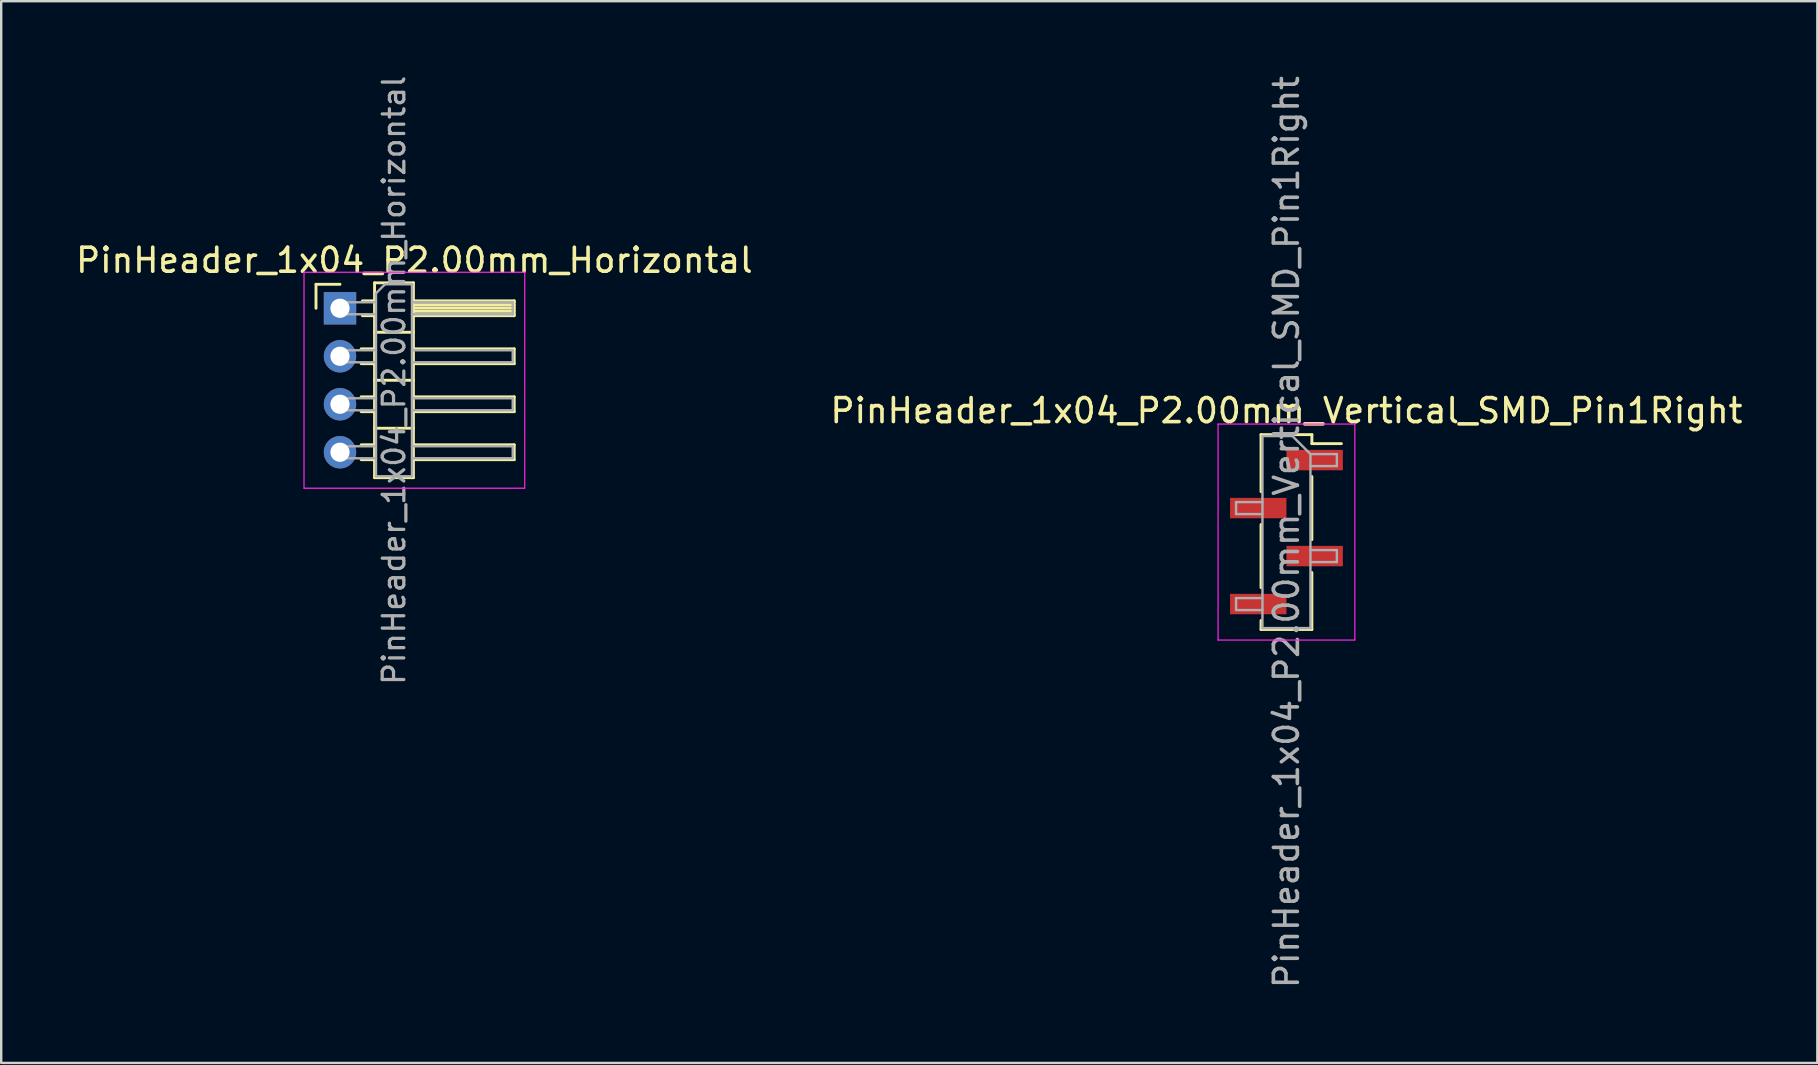
<source format=kicad_pcb>
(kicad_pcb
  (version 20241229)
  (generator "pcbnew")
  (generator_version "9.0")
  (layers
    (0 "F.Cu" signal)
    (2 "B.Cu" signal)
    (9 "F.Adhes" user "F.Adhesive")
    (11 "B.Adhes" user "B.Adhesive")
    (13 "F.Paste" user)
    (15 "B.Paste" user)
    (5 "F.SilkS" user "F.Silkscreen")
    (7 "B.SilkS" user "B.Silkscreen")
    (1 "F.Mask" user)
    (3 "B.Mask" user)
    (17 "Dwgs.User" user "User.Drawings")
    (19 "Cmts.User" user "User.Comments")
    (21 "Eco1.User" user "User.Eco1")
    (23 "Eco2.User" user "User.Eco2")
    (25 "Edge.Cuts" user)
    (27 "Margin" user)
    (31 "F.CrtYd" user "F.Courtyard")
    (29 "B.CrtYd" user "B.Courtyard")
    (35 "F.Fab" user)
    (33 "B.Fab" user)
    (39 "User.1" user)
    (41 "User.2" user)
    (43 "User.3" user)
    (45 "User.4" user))
  (footprint "PinHeader_1x04_P2.00mm_Vertical_SMD_Pin1Right"
    (layer "F.Cu")
    (at 50.565 19.125)
    (property "Reference" "PinHeader_1x04_P2.00mm_Vertical_SMD_Pin1Right" (at 0 -5.06 0) (layer "F.SilkS") (effects (font (size 1 1) (thickness 0.15))))
    (attr smd)
    (fp_line (start -1.06 -4.06) (end -1.06 -1.685) (stroke (width 0.12) (type solid)) (layer "F.SilkS"))
    (fp_line (start -1.06 -4.06) (end 1.06 -4.06) (stroke (width 0.12) (type solid)) (layer "F.SilkS"))
    (fp_line (start -1.06 -0.315) (end -1.06 2.315) (stroke (width 0.12) (type solid)) (layer "F.SilkS"))
    (fp_line (start -1.06 3.685) (end -1.06 4.06) (stroke (width 0.12) (type solid)) (layer "F.SilkS"))
    (fp_line (start -1.06 4.06) (end 1.06 4.06) (stroke (width 0.12) (type solid)) (layer "F.SilkS"))
    (fp_line (start 1.06 -4.06) (end 1.06 -3.685) (stroke (width 0.12) (type solid)) (layer "F.SilkS"))
    (fp_line (start 1.06 -3.685) (end 2.29 -3.685) (stroke (width 0.12) (type solid)) (layer "F.SilkS"))
    (fp_line (start 1.06 -2.315) (end 1.06 0.315) (stroke (width 0.12) (type solid)) (layer "F.SilkS"))
    (fp_line (start 1.06 1.685) (end 1.06 4.06) (stroke (width 0.12) (type solid)) (layer "F.SilkS"))
    (fp_line (start -2.85 -4.5) (end -2.85 4.5) (stroke (width 0.05) (type solid)) (layer "F.CrtYd"))
    (fp_line (start -2.85 4.5) (end 2.85 4.5) (stroke (width 0.05) (type solid)) (layer "F.CrtYd"))
    (fp_line (start 2.85 -4.5) (end -2.85 -4.5) (stroke (width 0.05) (type solid)) (layer "F.CrtYd"))
    (fp_line (start 2.85 4.5) (end 2.85 -4.5) (stroke (width 0.05) (type solid)) (layer "F.CrtYd"))
    (fp_line (start -2.1 -1.25) (end -2.1 -0.75) (stroke (width 0.1) (type solid)) (layer "F.Fab"))
    (fp_line (start -2.1 -0.75) (end -1 -0.75) (stroke (width 0.1) (type solid)) (layer "F.Fab"))
    (fp_line (start -2.1 2.75) (end -2.1 3.25) (stroke (width 0.1) (type solid)) (layer "F.Fab"))
    (fp_line (start -2.1 3.25) (end -1 3.25) (stroke (width 0.1) (type solid)) (layer "F.Fab"))
    (fp_line (start -1 -4) (end -1 4) (stroke (width 0.1) (type solid)) (layer "F.Fab"))
    (fp_line (start -1 -4) (end 0.25 -4) (stroke (width 0.1) (type solid)) (layer "F.Fab"))
    (fp_line (start -1 -1.25) (end -2.1 -1.25) (stroke (width 0.1) (type solid)) (layer "F.Fab"))
    (fp_line (start -1 2.75) (end -2.1 2.75) (stroke (width 0.1) (type solid)) (layer "F.Fab"))
    (fp_line (start 1 -3.25) (end 0.25 -4) (stroke (width 0.1) (type solid)) (layer "F.Fab"))
    (fp_line (start 1 -3.25) (end 2.1 -3.25) (stroke (width 0.1) (type solid)) (layer "F.Fab"))
    (fp_line (start 1 0.75) (end 2.1 0.75) (stroke (width 0.1) (type solid)) (layer "F.Fab"))
    (fp_line (start 1 4) (end -1 4) (stroke (width 0.1) (type solid)) (layer "F.Fab"))
    (fp_line (start 1 4) (end 1 -3.25) (stroke (width 0.1) (type solid)) (layer "F.Fab"))
    (fp_line (start 2.1 -3.25) (end 2.1 -2.75) (stroke (width 0.1) (type solid)) (layer "F.Fab"))
    (fp_line (start 2.1 -2.75) (end 1 -2.75) (stroke (width 0.1) (type solid)) (layer "F.Fab"))
    (fp_line (start 2.1 0.75) (end 2.1 1.25) (stroke (width 0.1) (type solid)) (layer "F.Fab"))
    (fp_line (start 2.1 1.25) (end 1 1.25) (stroke (width 0.1) (type solid)) (layer "F.Fab"))
    (fp_text user "${REFERENCE}" (at 0 0 90) (layer "F.Fab") (effects (font (size 1 1) (thickness 0.15))))
    (pad "1" smd rect (at 1.175 -3) (size 2.35 0.85) (layers "F.Cu" "F.Mask" "F.Paste"))
    (pad "2" smd rect (at -1.175 -1) (size 2.35 0.85) (layers "F.Cu" "F.Mask" "F.Paste"))
    (pad "3" smd rect (at 1.175 1) (size 2.35 0.85) (layers "F.Cu" "F.Mask" "F.Paste"))
    (pad "4" smd rect (at -1.175 3) (size 2.35 0.85) (layers "F.Cu" "F.Mask" "F.Paste")))
  (footprint "PinHeader_1x04_P2.00mm_Horizontal"
    (layer "F.Cu")
    (at 11.12 9.798)
    (property "Reference" "PinHeader_1x04_P2.00mm_Horizontal" (at 3.1 -2 0) (layer "F.SilkS") (effects (font (size 1 1) (thickness 0.15))))
    (attr through_hole)
    (fp_line (start -1 -1) (end 0 -1) (stroke (width 0.12) (type solid)) (layer "F.SilkS"))
    (fp_line (start -1 0) (end -1 -1) (stroke (width 0.12) (type solid)) (layer "F.SilkS"))
    (fp_line (start 0.882 1.69) (end 1.44 1.69) (stroke (width 0.12) (type solid)) (layer "F.SilkS"))
    (fp_line (start 0.882 2.31) (end 1.44 2.31) (stroke (width 0.12) (type solid)) (layer "F.SilkS"))
    (fp_line (start 0.882 3.69) (end 1.44 3.69) (stroke (width 0.12) (type solid)) (layer "F.SilkS"))
    (fp_line (start 0.882 4.31) (end 1.44 4.31) (stroke (width 0.12) (type solid)) (layer "F.SilkS"))
    (fp_line (start 0.882 5.69) (end 1.44 5.69) (stroke (width 0.12) (type solid)) (layer "F.SilkS"))
    (fp_line (start 0.882 6.31) (end 1.44 6.31) (stroke (width 0.12) (type solid)) (layer "F.SilkS"))
    (fp_line (start 0.935 -0.31) (end 1.44 -0.31) (stroke (width 0.12) (type solid)) (layer "F.SilkS"))
    (fp_line (start 0.935 0.31) (end 1.44 0.31) (stroke (width 0.12) (type solid)) (layer "F.SilkS"))
    (fp_line (start 1.44 -1.06) (end 1.44 7.06) (stroke (width 0.12) (type solid)) (layer "F.SilkS"))
    (fp_line (start 1.44 1) (end 3.06 1) (stroke (width 0.12) (type solid)) (layer "F.SilkS"))
    (fp_line (start 1.44 3) (end 3.06 3) (stroke (width 0.12) (type solid)) (layer "F.SilkS"))
    (fp_line (start 1.44 5) (end 3.06 5) (stroke (width 0.12) (type solid)) (layer "F.SilkS"))
    (fp_line (start 1.44 7.06) (end 3.06 7.06) (stroke (width 0.12) (type solid)) (layer "F.SilkS"))
    (fp_line (start 3.06 -1.06) (end 1.44 -1.06) (stroke (width 0.12) (type solid)) (layer "F.SilkS"))
    (fp_line (start 3.06 -0.31) (end 7.26 -0.31) (stroke (width 0.12) (type solid)) (layer "F.SilkS"))
    (fp_line (start 3.06 -0.25) (end 7.26 -0.25) (stroke (width 0.12) (type solid)) (layer "F.SilkS"))
    (fp_line (start 3.06 -0.13) (end 7.26 -0.13) (stroke (width 0.12) (type solid)) (layer "F.SilkS"))
    (fp_line (start 3.06 -0.01) (end 7.26 -0.01) (stroke (width 0.12) (type solid)) (layer "F.SilkS"))
    (fp_line (start 3.06 0.11) (end 7.26 0.11) (stroke (width 0.12) (type solid)) (layer "F.SilkS"))
    (fp_line (start 3.06 0.23) (end 7.26 0.23) (stroke (width 0.12) (type solid)) (layer "F.SilkS"))
    (fp_line (start 3.06 1.69) (end 7.26 1.69) (stroke (width 0.12) (type solid)) (layer "F.SilkS"))
    (fp_line (start 3.06 3.69) (end 7.26 3.69) (stroke (width 0.12) (type solid)) (layer "F.SilkS"))
    (fp_line (start 3.06 5.69) (end 7.26 5.69) (stroke (width 0.12) (type solid)) (layer "F.SilkS"))
    (fp_line (start 3.06 7.06) (end 3.06 -1.06) (stroke (width 0.12) (type solid)) (layer "F.SilkS"))
    (fp_line (start 7.26 -0.31) (end 7.26 0.31) (stroke (width 0.12) (type solid)) (layer "F.SilkS"))
    (fp_line (start 7.26 0.31) (end 3.06 0.31) (stroke (width 0.12) (type solid)) (layer "F.SilkS"))
    (fp_line (start 7.26 1.69) (end 7.26 2.31) (stroke (width 0.12) (type solid)) (layer "F.SilkS"))
    (fp_line (start 7.26 2.31) (end 3.06 2.31) (stroke (width 0.12) (type solid)) (layer "F.SilkS"))
    (fp_line (start 7.26 3.69) (end 7.26 4.31) (stroke (width 0.12) (type solid)) (layer "F.SilkS"))
    (fp_line (start 7.26 4.31) (end 3.06 4.31) (stroke (width 0.12) (type solid)) (layer "F.SilkS"))
    (fp_line (start 7.26 5.69) (end 7.26 6.31) (stroke (width 0.12) (type solid)) (layer "F.SilkS"))
    (fp_line (start 7.26 6.31) (end 3.06 6.31) (stroke (width 0.12) (type solid)) (layer "F.SilkS"))
    (fp_line (start -1.5 -1.5) (end -1.5 7.5) (stroke (width 0.05) (type solid)) (layer "F.CrtYd"))
    (fp_line (start -1.5 7.5) (end 7.7 7.5) (stroke (width 0.05) (type solid)) (layer "F.CrtYd"))
    (fp_line (start 7.7 -1.5) (end -1.5 -1.5) (stroke (width 0.05) (type solid)) (layer "F.CrtYd"))
    (fp_line (start 7.7 7.5) (end 7.7 -1.5) (stroke (width 0.05) (type solid)) (layer "F.CrtYd"))
    (fp_line (start -0.25 -0.25) (end -0.25 0.25) (stroke (width 0.1) (type solid)) (layer "F.Fab"))
    (fp_line (start -0.25 -0.25) (end 1.5 -0.25) (stroke (width 0.1) (type solid)) (layer "F.Fab"))
    (fp_line (start -0.25 0.25) (end 1.5 0.25) (stroke (width 0.1) (type solid)) (layer "F.Fab"))
    (fp_line (start -0.25 1.75) (end -0.25 2.25) (stroke (width 0.1) (type solid)) (layer "F.Fab"))
    (fp_line (start -0.25 1.75) (end 1.5 1.75) (stroke (width 0.1) (type solid)) (layer "F.Fab"))
    (fp_line (start -0.25 2.25) (end 1.5 2.25) (stroke (width 0.1) (type solid)) (layer "F.Fab"))
    (fp_line (start -0.25 3.75) (end -0.25 4.25) (stroke (width 0.1) (type solid)) (layer "F.Fab"))
    (fp_line (start -0.25 3.75) (end 1.5 3.75) (stroke (width 0.1) (type solid)) (layer "F.Fab"))
    (fp_line (start -0.25 4.25) (end 1.5 4.25) (stroke (width 0.1) (type solid)) (layer "F.Fab"))
    (fp_line (start -0.25 5.75) (end -0.25 6.25) (stroke (width 0.1) (type solid)) (layer "F.Fab"))
    (fp_line (start -0.25 5.75) (end 1.5 5.75) (stroke (width 0.1) (type solid)) (layer "F.Fab"))
    (fp_line (start -0.25 6.25) (end 1.5 6.25) (stroke (width 0.1) (type solid)) (layer "F.Fab"))
    (fp_line (start 1.5 -0.625) (end 1.875 -1) (stroke (width 0.1) (type solid)) (layer "F.Fab"))
    (fp_line (start 1.5 7) (end 1.5 -0.625) (stroke (width 0.1) (type solid)) (layer "F.Fab"))
    (fp_line (start 1.875 -1) (end 3 -1) (stroke (width 0.1) (type solid)) (layer "F.Fab"))
    (fp_line (start 3 -1) (end 3 7) (stroke (width 0.1) (type solid)) (layer "F.Fab"))
    (fp_line (start 3 -0.25) (end 7.2 -0.25) (stroke (width 0.1) (type solid)) (layer "F.Fab"))
    (fp_line (start 3 0.25) (end 7.2 0.25) (stroke (width 0.1) (type solid)) (layer "F.Fab"))
    (fp_line (start 3 1.75) (end 7.2 1.75) (stroke (width 0.1) (type solid)) (layer "F.Fab"))
    (fp_line (start 3 2.25) (end 7.2 2.25) (stroke (width 0.1) (type solid)) (layer "F.Fab"))
    (fp_line (start 3 3.75) (end 7.2 3.75) (stroke (width 0.1) (type solid)) (layer "F.Fab"))
    (fp_line (start 3 4.25) (end 7.2 4.25) (stroke (width 0.1) (type solid)) (layer "F.Fab"))
    (fp_line (start 3 5.75) (end 7.2 5.75) (stroke (width 0.1) (type solid)) (layer "F.Fab"))
    (fp_line (start 3 6.25) (end 7.2 6.25) (stroke (width 0.1) (type solid)) (layer "F.Fab"))
    (fp_line (start 3 7) (end 1.5 7) (stroke (width 0.1) (type solid)) (layer "F.Fab"))
    (fp_line (start 7.2 -0.25) (end 7.2 0.25) (stroke (width 0.1) (type solid)) (layer "F.Fab"))
    (fp_line (start 7.2 1.75) (end 7.2 2.25) (stroke (width 0.1) (type solid)) (layer "F.Fab"))
    (fp_line (start 7.2 3.75) (end 7.2 4.25) (stroke (width 0.1) (type solid)) (layer "F.Fab"))
    (fp_line (start 7.2 5.75) (end 7.2 6.25) (stroke (width 0.1) (type solid)) (layer "F.Fab"))
    (fp_text user "${REFERENCE}" (at 2.25 3 90) (layer "F.Fab") (effects (font (size 0.9 0.9) (thickness 0.135))))
    (pad "1" thru_hole rect (at 0 0) (size 1.35 1.35) (drill 0.8) (layers "*.Cu" "*.Mask"))
    (pad "2" thru_hole oval (at 0 2) (size 1.35 1.35) (drill 0.8) (layers "*.Cu" "*.Mask"))
    (pad "3" thru_hole oval (at 0 4) (size 1.35 1.35) (drill 0.8) (layers "*.Cu" "*.Mask"))
    (pad "4" thru_hole oval (at 0 6) (size 1.35 1.35) (drill 0.8) (layers "*.Cu" "*.Mask")))
  (gr_rect
    (start -3 -3)
    (end 72.69 41.25)
    (stroke (width 0.1) (type default))
    (fill no)
    (layer "Edge.Cuts")))
</source>
